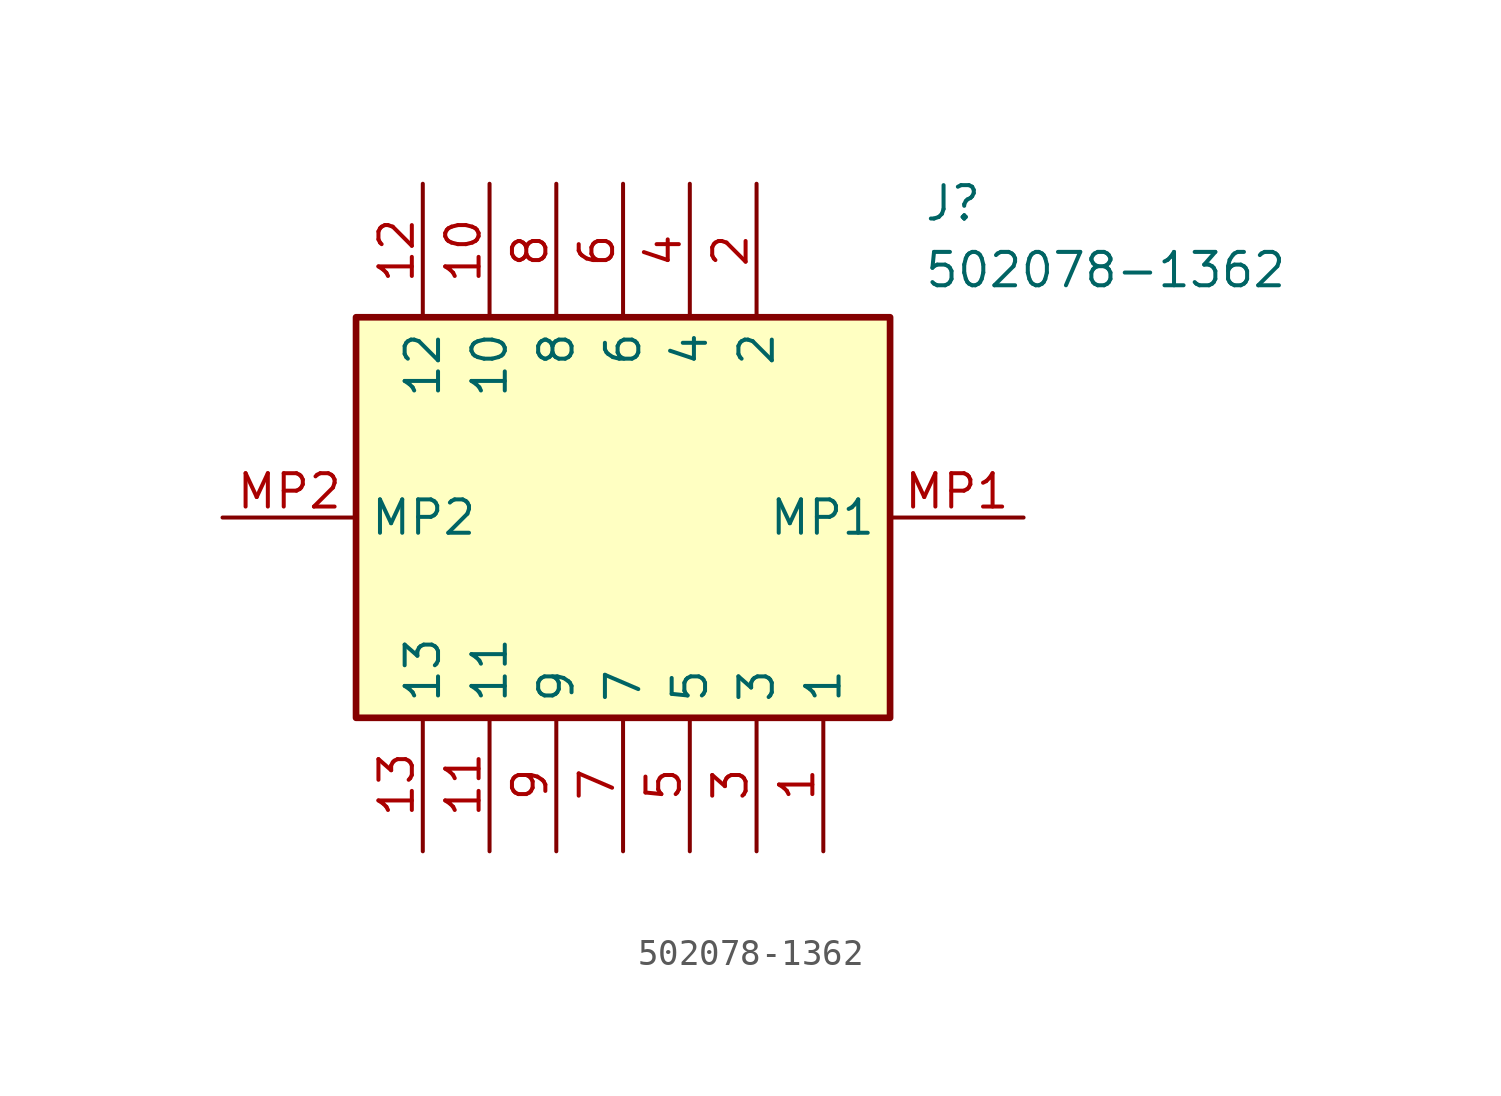
<source format=kicad_sym>
(kicad_symbol_lib
  (version 20211014)
  (generator SamacSys_ECAD_Model)
  (symbol "502078-1362"
    (property "Reference" "J"
      (at 26.67 12.7 0)
      (effects (font (size 1.27 1.27)) (justify left top)))
    (property "Value" "502078-1362"
      (at 26.67 10.16 0)
      (effects (font (size 1.27 1.27)) (justify left top)))
    (rectangle
      (start 5.08 7.62)
      (end 25.4 -7.62)
      (stroke (width 0.254) (type default))
      (fill (type background)))
    (pin passive line
      (at 22.86 -12.7 90)
      (length 5.08)
      (name "1" (effects (font (size 1.27 1.27))))
      (number "1" (effects (font (size 1.27 1.27)))))
    (pin passive line
      (at 20.32 12.7 270)
      (length 5.08)
      (name "2" (effects (font (size 1.27 1.27))))
      (number "2" (effects (font (size 1.27 1.27)))))
    (pin passive line
      (at 20.32 -12.7 90)
      (length 5.08)
      (name "3" (effects (font (size 1.27 1.27))))
      (number "3" (effects (font (size 1.27 1.27)))))
    (pin passive line
      (at 17.78 12.7 270)
      (length 5.08)
      (name "4" (effects (font (size 1.27 1.27))))
      (number "4" (effects (font (size 1.27 1.27)))))
    (pin passive line
      (at 17.78 -12.7 90)
      (length 5.08)
      (name "5" (effects (font (size 1.27 1.27))))
      (number "5" (effects (font (size 1.27 1.27)))))
    (pin passive line
      (at 15.24 12.7 270)
      (length 5.08)
      (name "6" (effects (font (size 1.27 1.27))))
      (number "6" (effects (font (size 1.27 1.27)))))
    (pin passive line
      (at 15.24 -12.7 90)
      (length 5.08)
      (name "7" (effects (font (size 1.27 1.27))))
      (number "7" (effects (font (size 1.27 1.27)))))
    (pin passive line
      (at 12.7 12.7 270)
      (length 5.08)
      (name "8" (effects (font (size 1.27 1.27))))
      (number "8" (effects (font (size 1.27 1.27)))))
    (pin passive line
      (at 12.7 -12.7 90)
      (length 5.08)
      (name "9" (effects (font (size 1.27 1.27))))
      (number "9" (effects (font (size 1.27 1.27)))))
    (pin passive line
      (at 10.16 12.7 270)
      (length 5.08)
      (name "10" (effects (font (size 1.27 1.27))))
      (number "10" (effects (font (size 1.27 1.27)))))
    (pin passive line
      (at 10.16 -12.7 90)
      (length 5.08)
      (name "11" (effects (font (size 1.27 1.27))))
      (number "11" (effects (font (size 1.27 1.27)))))
    (pin passive line
      (at 7.62 12.7 270)
      (length 5.08)
      (name "12" (effects (font (size 1.27 1.27))))
      (number "12" (effects (font (size 1.27 1.27)))))
    (pin passive line
      (at 7.62 -12.7 90)
      (length 5.08)
      (name "13" (effects (font (size 1.27 1.27))))
      (number "13" (effects (font (size 1.27 1.27)))))
    (pin passive line
      (at 30.48 0 180)
      (length 5.08)
      (name "MP1" (effects (font (size 1.27 1.27))))
      (number "MP1" (effects (font (size 1.27 1.27)))))
    (pin passive line
      (at 0 0 0)
      (length 5.08)
      (name "MP2" (effects (font (size 1.27 1.27))))
      (number "MP2" (effects (font (size 1.27 1.27)))))))
</source>
